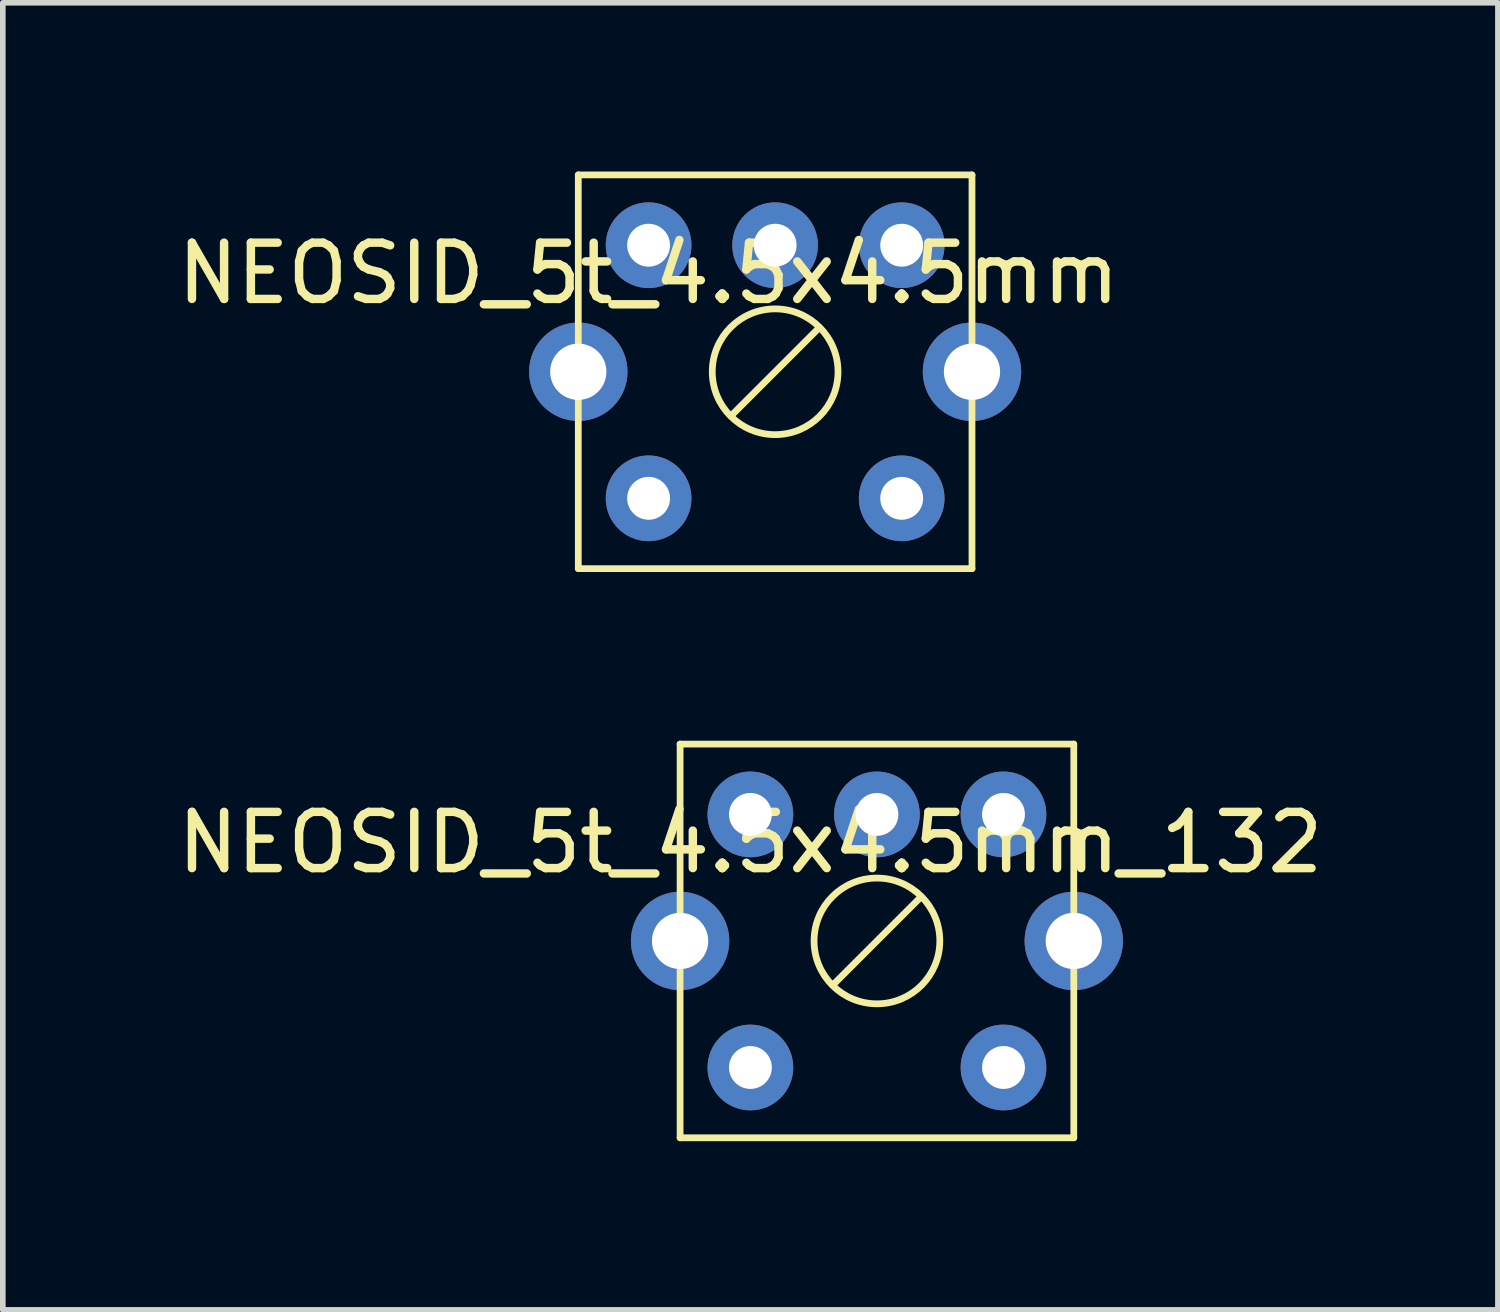
<source format=kicad_pcb>
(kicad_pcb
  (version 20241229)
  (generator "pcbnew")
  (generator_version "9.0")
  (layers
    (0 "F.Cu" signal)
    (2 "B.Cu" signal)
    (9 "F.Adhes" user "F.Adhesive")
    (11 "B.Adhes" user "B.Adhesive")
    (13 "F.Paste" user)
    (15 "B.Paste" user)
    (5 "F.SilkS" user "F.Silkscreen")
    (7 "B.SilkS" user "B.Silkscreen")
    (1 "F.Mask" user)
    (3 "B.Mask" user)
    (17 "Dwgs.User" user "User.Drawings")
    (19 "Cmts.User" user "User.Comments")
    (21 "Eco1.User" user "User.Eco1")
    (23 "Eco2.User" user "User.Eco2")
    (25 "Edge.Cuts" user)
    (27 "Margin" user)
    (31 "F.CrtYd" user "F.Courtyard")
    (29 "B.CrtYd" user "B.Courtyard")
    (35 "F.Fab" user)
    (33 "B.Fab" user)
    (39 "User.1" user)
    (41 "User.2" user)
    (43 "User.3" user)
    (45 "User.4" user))
  (footprint "NEOSID_5t_4.5x4.5mm_132"
    (layer "F.Cu")
    (at 10.292 11.43)
    (property "Reference" "NEOSID_5t_4.5x4.5mm_132" (at 0 0.5 0) (layer "F.SilkS") (effects (font (size 1 1) (thickness 0.15))))
    (attr through_hole)
    (fp_line (start -1.25 -1.25) (end 5.75 -1.25) (stroke (width 0.12) (type solid)) (layer "F.SilkS"))
    (fp_line (start -1.25 5.75) (end -1.25 -1.25) (stroke (width 0.12) (type solid)) (layer "F.SilkS"))
    (fp_line (start 1.5 3) (end 3 1.5) (stroke (width 0.12) (type solid)) (layer "F.SilkS"))
    (fp_line (start 5.75 -1.25) (end 5.75 5.75) (stroke (width 0.12) (type solid)) (layer "F.SilkS"))
    (fp_line (start 5.75 5.75) (end -1.25 5.75) (stroke (width 0.12) (type solid)) (layer "F.SilkS"))
    (fp_circle (center 2.25 2.25) (end 3.25 1.75) (stroke (width 0.12) (type solid)) (fill no) (layer "F.SilkS"))
    (pad "1" thru_hole circle (at 0 0) (size 1.524 1.524) (drill 0.762) (layers "*.Cu" "*.Mask"))
    (pad "2" thru_hole circle (at 4.5 0) (size 1.524 1.524) (drill 0.762) (layers "*.Cu" "*.Mask"))
    (pad "3" thru_hole circle (at 2.25 0) (size 1.524 1.524) (drill 0.762) (layers "*.Cu" "*.Mask"))
    (pad "4" thru_hole circle (at 0 4.5) (size 1.524 1.524) (drill 0.762) (layers "*.Cu" "*.Mask"))
    (pad "5" thru_hole circle (at 4.5 4.5) (size 1.524 1.524) (drill 0.762) (layers "*.Cu" "*.Mask"))
    (pad "6" thru_hole circle (at -1.25 2.25) (size 1.75 1.75) (drill 1) (layers "*.Cu" "*.Mask"))
    (pad "6" thru_hole circle (at 5.75 2.25) (size 1.75 1.75) (drill 1) (layers "*.Cu" "*.Mask")))
  (footprint "NEOSID_5t_4.5x4.5mm"
    (layer "F.Cu")
    (at 8.482 1.31)
    (property "Reference" "NEOSID_5t_4.5x4.5mm" (at 0 0.5 0) (layer "F.SilkS") (effects (font (size 1 1) (thickness 0.15))))
    (attr through_hole)
    (fp_line (start -1.25 -1.25) (end 5.75 -1.25) (stroke (width 0.12) (type solid)) (layer "F.SilkS"))
    (fp_line (start -1.25 5.75) (end -1.25 -1.25) (stroke (width 0.12) (type solid)) (layer "F.SilkS"))
    (fp_line (start 1.5 3) (end 3 1.5) (stroke (width 0.12) (type solid)) (layer "F.SilkS"))
    (fp_line (start 5.75 -1.25) (end 5.75 5.75) (stroke (width 0.12) (type solid)) (layer "F.SilkS"))
    (fp_line (start 5.75 5.75) (end -1.25 5.75) (stroke (width 0.12) (type solid)) (layer "F.SilkS"))
    (fp_circle (center 2.25 2.25) (end 3.25 1.75) (stroke (width 0.12) (type solid)) (fill no) (layer "F.SilkS"))
    (pad "1" thru_hole circle (at 0 0) (size 1.524 1.524) (drill 0.762) (layers "*.Cu" "*.Mask"))
    (pad "2" thru_hole circle (at 2.25 0) (size 1.524 1.524) (drill 0.762) (layers "*.Cu" "*.Mask"))
    (pad "3" thru_hole circle (at 4.5 0) (size 1.524 1.524) (drill 0.762) (layers "*.Cu" "*.Mask"))
    (pad "4" thru_hole circle (at 0 4.5) (size 1.524 1.524) (drill 0.762) (layers "*.Cu" "*.Mask"))
    (pad "5" thru_hole circle (at 4.5 4.5) (size 1.524 1.524) (drill 0.762) (layers "*.Cu" "*.Mask"))
    (pad "6" thru_hole circle (at -1.25 2.25) (size 1.75 1.75) (drill 1) (layers "*.Cu" "*.Mask"))
    (pad "7" thru_hole circle (at 5.75 2.25) (size 1.75 1.75) (drill 1) (layers "*.Cu" "*.Mask")))
  (gr_rect
    (start -3 -3)
    (end 23.583 20.24)
    (stroke (width 0.1) (type default))
    (fill no)
    (layer "Edge.Cuts")))
</source>
